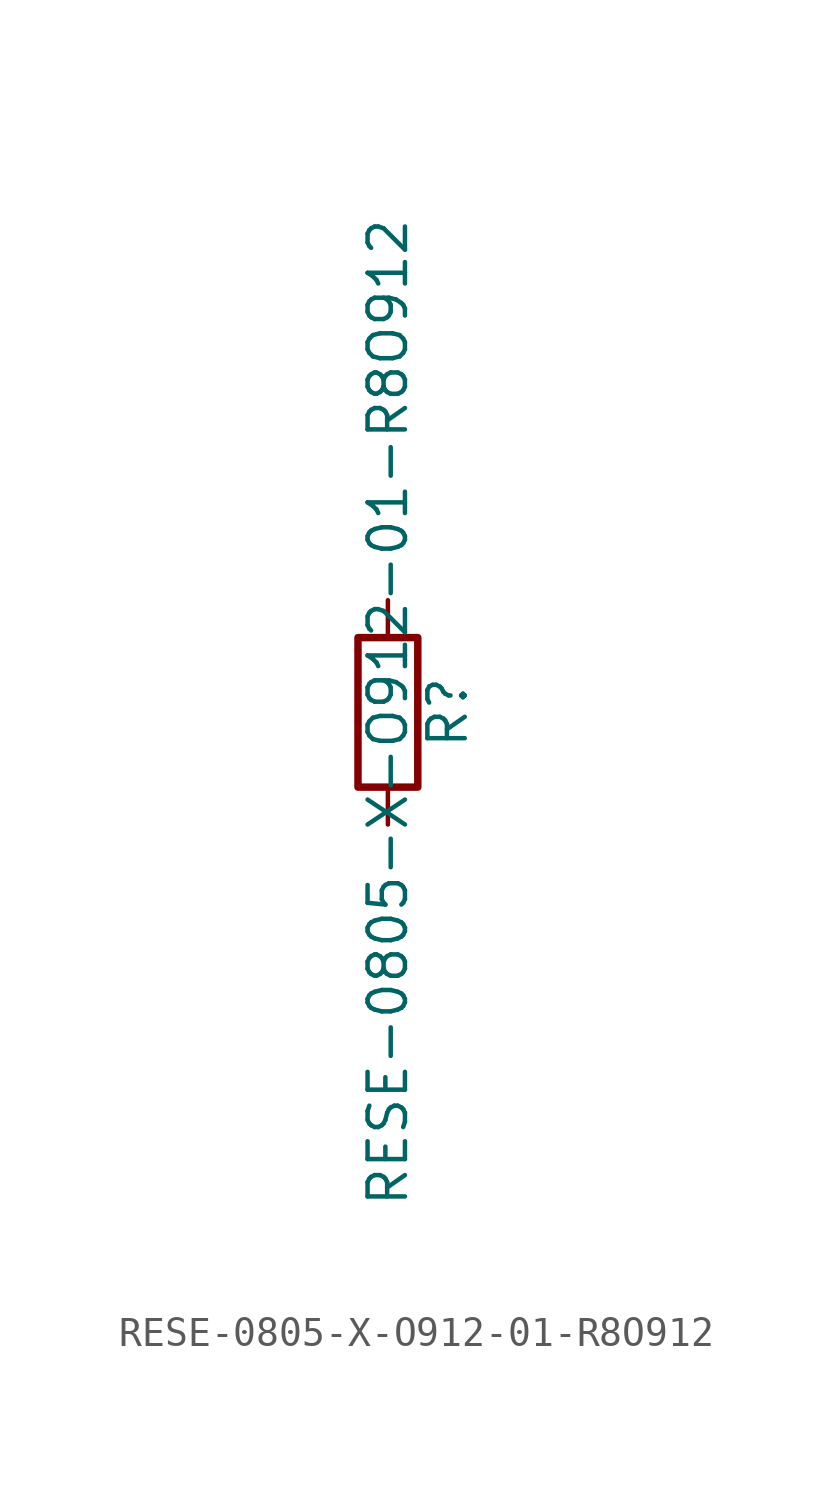
<source format=kicad_sym>
(kicad_symbol_lib
  (version 20211014)
  (generator kicad_symbol_editor)
  (symbol "RESE-0805-X-O912-01-R8O912"
    (pin_numbers hide)
    (pin_names
      (offset 0))
    (property "Reference" "R"
      (at 2.032 0 90)
      (effects (font (size 1.27 1.27))))
    (property "Value" "RESE-0805-X-O912-01-R8O912"
      (at 0 0 90)
      (effects (font (size 1.27 1.27))))
    (symbol "RESE-0805-X-O912-01-R8O912_0_1"
      (rectangle (start -1.016 -2.54) (end 1.016 2.54) (stroke (width 0.254) (type default) (color 0 0 0 0)) (fill (type none))))
    (symbol "RESE-0805-X-O912-01-R8O912_1_1"
      (pin passive line (at 0 3.81 270) (length 1.27) (name "~" (effects (font (size 1.27 1.27)))) (number "1" (effects (font (size 1.27 1.27)))))
      (pin passive line (at 0 -3.81 90) (length 1.27) (name "~" (effects (font (size 1.27 1.27)))) (number "2" (effects (font (size 1.27 1.27))))))))
</source>
